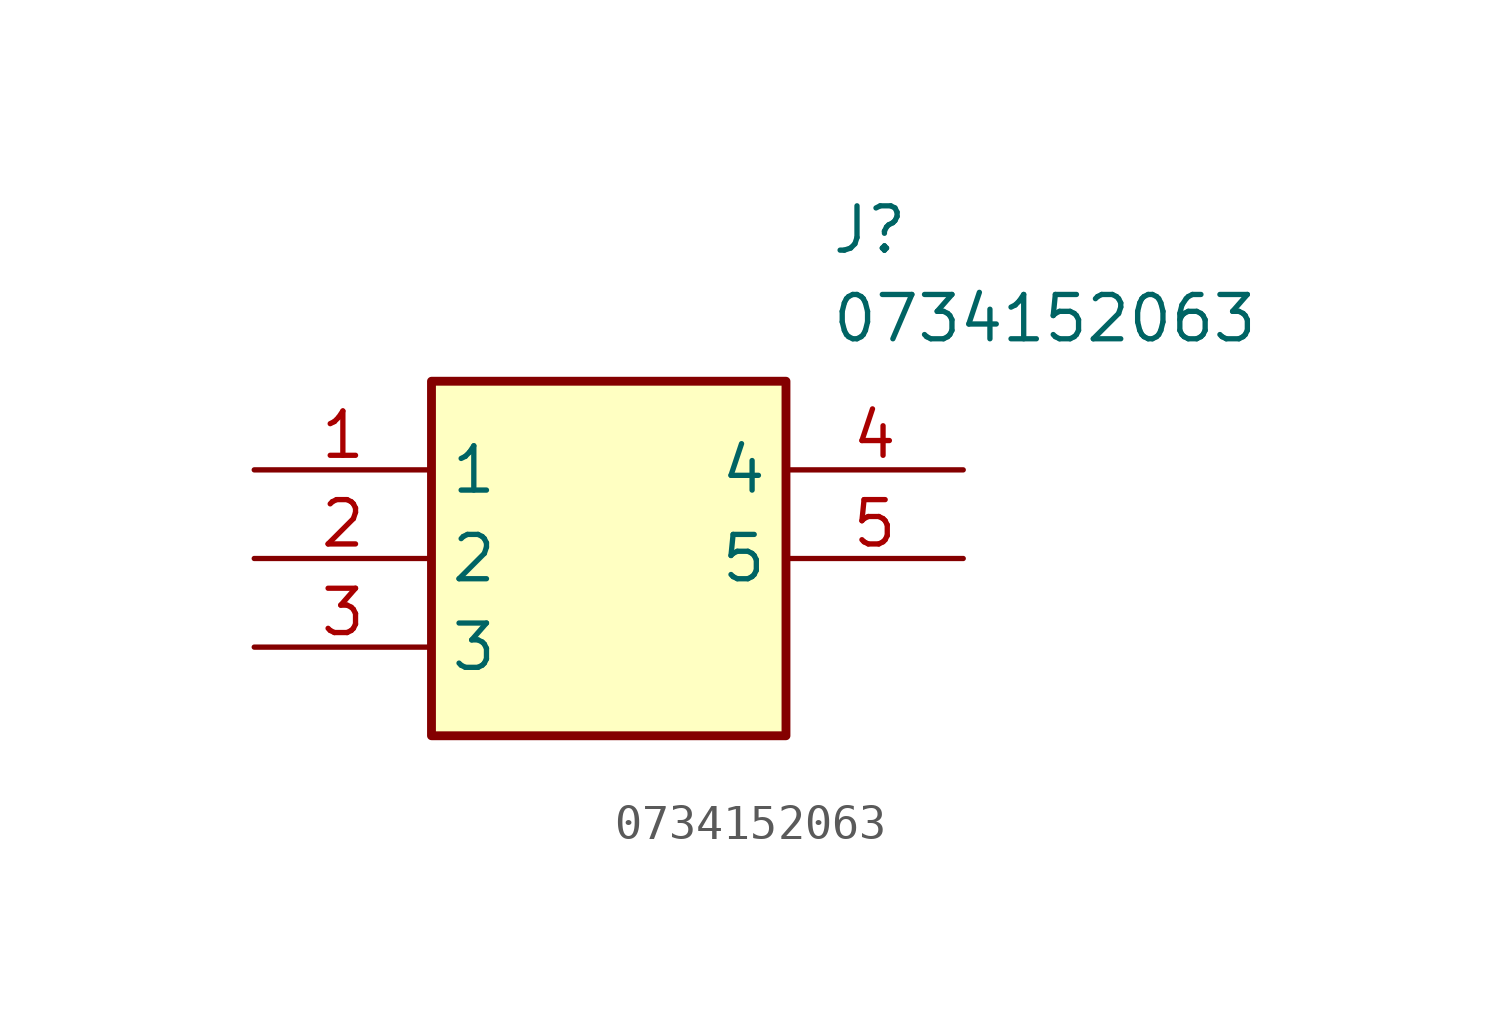
<source format=kicad_sym>
(kicad_symbol_lib
  (version 20211014)
  (generator SamacSys_ECAD_Model)
  (symbol "0734152063"
    (property "Reference" "J"
      (at 16.51 7.62 0)
      (effects (font (size 1.27 1.27)) (justify left top)))
    (property "Value" "0734152063"
      (at 16.51 5.08 0)
      (effects (font (size 1.27 1.27)) (justify left top)))
    (rectangle
      (start 5.08 2.54)
      (end 15.24 -7.62)
      (stroke (width 0.254) (type default))
      (fill (type background)))
    (pin passive line
      (at 0 0 0)
      (length 5.08)
      (name "1" (effects (font (size 1.27 1.27))))
      (number "1" (effects (font (size 1.27 1.27)))))
    (pin passive line
      (at 0 -2.54 0)
      (length 5.08)
      (name "2" (effects (font (size 1.27 1.27))))
      (number "2" (effects (font (size 1.27 1.27)))))
    (pin passive line
      (at 0 -5.08 0)
      (length 5.08)
      (name "3" (effects (font (size 1.27 1.27))))
      (number "3" (effects (font (size 1.27 1.27)))))
    (pin passive line
      (at 20.32 0 180)
      (length 5.08)
      (name "4" (effects (font (size 1.27 1.27))))
      (number "4" (effects (font (size 1.27 1.27)))))
    (pin passive line
      (at 20.32 -2.54 180)
      (length 5.08)
      (name "5" (effects (font (size 1.27 1.27))))
      (number "5" (effects (font (size 1.27 1.27)))))))
</source>
